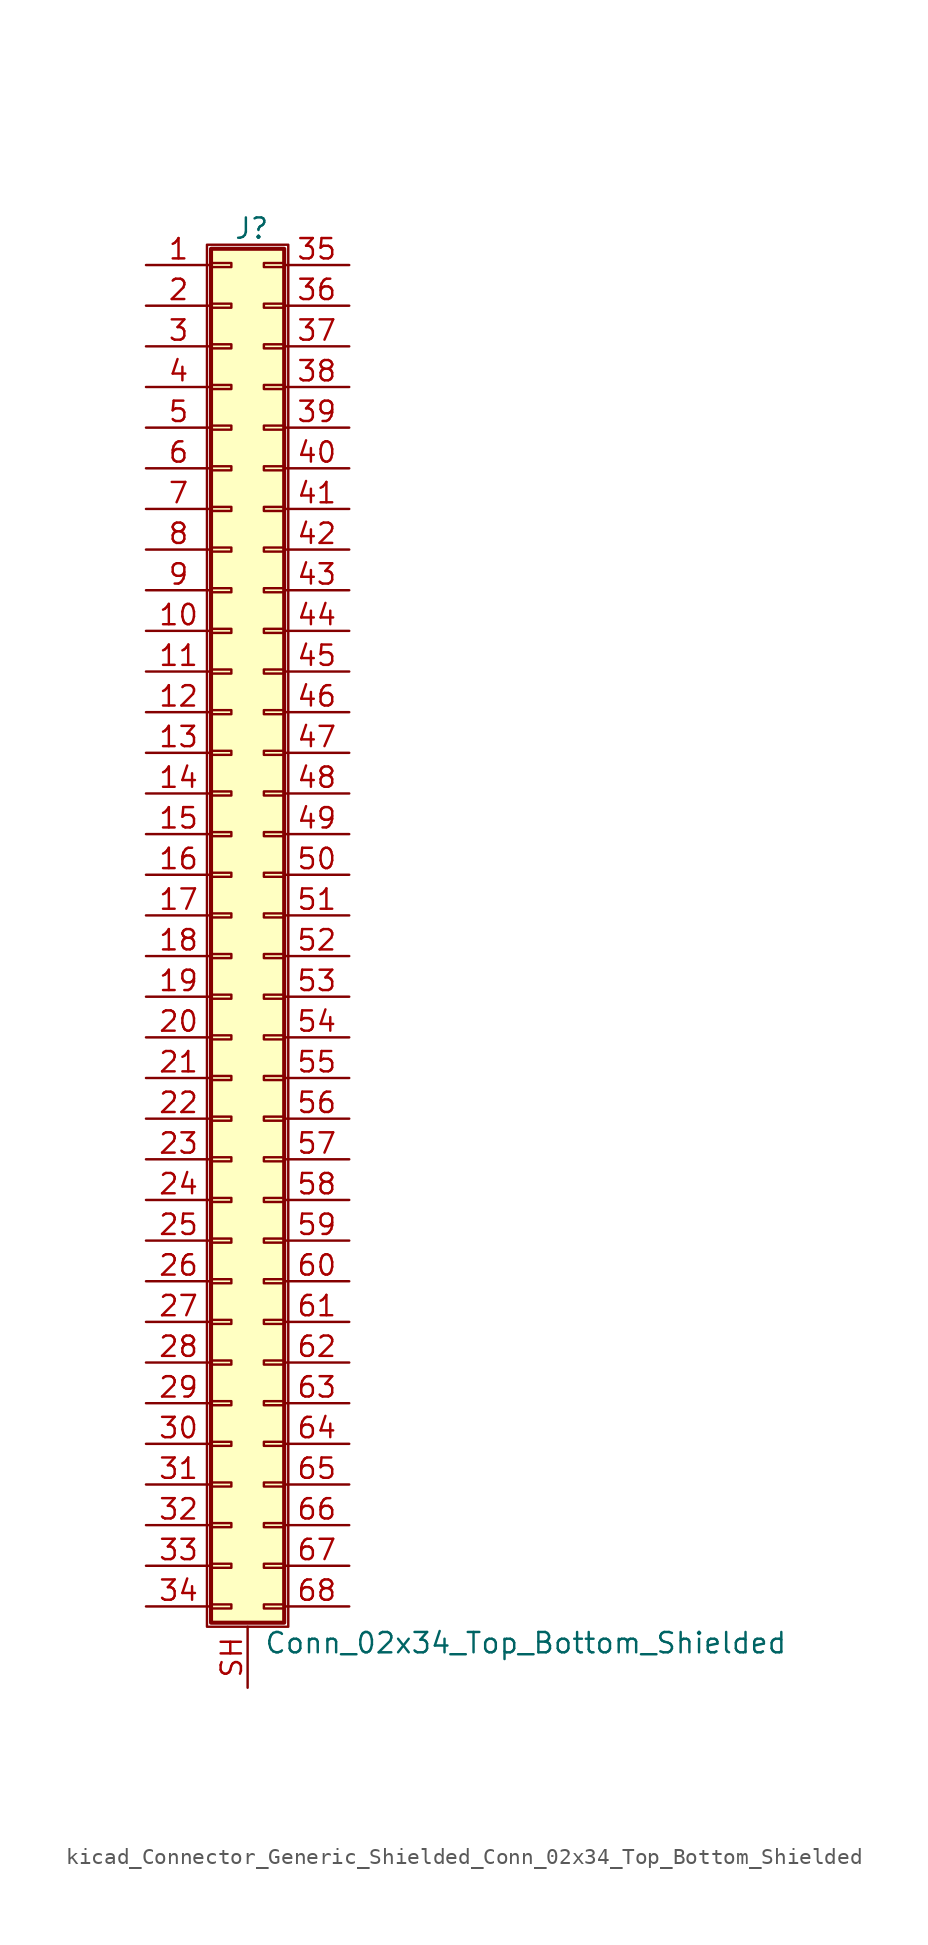
<source format=kicad_sym>
(kicad_symbol_lib
  (version 20220914)
  (generator kicad_symbol_editor)
  (symbol "kicad_Connector_Generic_Shielded_Conn_02x34_Top_Bottom_Shielded"
    (pin_names
      (offset 1.016) hide)
    (property "Reference" "J"
      (at 1.524 42.926 0)
      (effects (font (size 1.27 1.27))))
    (property "Value" "Conn_02x34_Top_Bottom_Shielded"
      (at 2.286 -45.466 0)
      (effects (font (size 1.27 1.27)) (justify left)))
    (symbol "kicad_Connector_Generic_Shielded_Conn_02x34_Top_Bottom_Shielded_1_1"
      (rectangle (start -1.27 41.91) (end 3.81 -44.45) (stroke (width 0.152) (type default)) (fill (type none)))
      (rectangle (start -1.016 -43.053) (end 0.254 -43.307) (stroke (width 0.152) (type default)) (fill (type none)))
      (rectangle (start -1.016 -40.513) (end 0.254 -40.767) (stroke (width 0.152) (type default)) (fill (type none)))
      (rectangle (start -1.016 -37.973) (end 0.254 -38.227) (stroke (width 0.152) (type default)) (fill (type none)))
      (rectangle (start -1.016 -35.433) (end 0.254 -35.687) (stroke (width 0.152) (type default)) (fill (type none)))
      (rectangle (start -1.016 -32.893) (end 0.254 -33.147) (stroke (width 0.152) (type default)) (fill (type none)))
      (rectangle (start -1.016 -30.353) (end 0.254 -30.607) (stroke (width 0.152) (type default)) (fill (type none)))
      (rectangle (start -1.016 -27.813) (end 0.254 -28.067) (stroke (width 0.152) (type default)) (fill (type none)))
      (rectangle (start -1.016 -25.273) (end 0.254 -25.527) (stroke (width 0.152) (type default)) (fill (type none)))
      (rectangle (start -1.016 -22.733) (end 0.254 -22.987) (stroke (width 0.152) (type default)) (fill (type none)))
      (rectangle (start -1.016 -20.193) (end 0.254 -20.447) (stroke (width 0.152) (type default)) (fill (type none)))
      (rectangle (start -1.016 -17.653) (end 0.254 -17.907) (stroke (width 0.152) (type default)) (fill (type none)))
      (rectangle (start -1.016 -15.113) (end 0.254 -15.367) (stroke (width 0.152) (type default)) (fill (type none)))
      (rectangle (start -1.016 -12.573) (end 0.254 -12.827) (stroke (width 0.152) (type default)) (fill (type none)))
      (rectangle (start -1.016 -10.033) (end 0.254 -10.287) (stroke (width 0.152) (type default)) (fill (type none)))
      (rectangle (start -1.016 -7.493) (end 0.254 -7.747) (stroke (width 0.152) (type default)) (fill (type none)))
      (rectangle (start -1.016 -4.953) (end 0.254 -5.207) (stroke (width 0.152) (type default)) (fill (type none)))
      (rectangle (start -1.016 -2.413) (end 0.254 -2.667) (stroke (width 0.152) (type default)) (fill (type none)))
      (rectangle (start -1.016 0.127) (end 0.254 -0.127) (stroke (width 0.152) (type default)) (fill (type none)))
      (rectangle (start -1.016 2.667) (end 0.254 2.413) (stroke (width 0.152) (type default)) (fill (type none)))
      (rectangle (start -1.016 5.207) (end 0.254 4.953) (stroke (width 0.152) (type default)) (fill (type none)))
      (rectangle (start -1.016 7.747) (end 0.254 7.493) (stroke (width 0.152) (type default)) (fill (type none)))
      (rectangle (start -1.016 10.287) (end 0.254 10.033) (stroke (width 0.152) (type default)) (fill (type none)))
      (rectangle (start -1.016 12.827) (end 0.254 12.573) (stroke (width 0.152) (type default)) (fill (type none)))
      (rectangle (start -1.016 15.367) (end 0.254 15.113) (stroke (width 0.152) (type default)) (fill (type none)))
      (rectangle (start -1.016 17.907) (end 0.254 17.653) (stroke (width 0.152) (type default)) (fill (type none)))
      (rectangle (start -1.016 20.447) (end 0.254 20.193) (stroke (width 0.152) (type default)) (fill (type none)))
      (rectangle (start -1.016 22.987) (end 0.254 22.733) (stroke (width 0.152) (type default)) (fill (type none)))
      (rectangle (start -1.016 25.527) (end 0.254 25.273) (stroke (width 0.152) (type default)) (fill (type none)))
      (rectangle (start -1.016 28.067) (end 0.254 27.813) (stroke (width 0.152) (type default)) (fill (type none)))
      (rectangle (start -1.016 30.607) (end 0.254 30.353) (stroke (width 0.152) (type default)) (fill (type none)))
      (rectangle (start -1.016 33.147) (end 0.254 32.893) (stroke (width 0.152) (type default)) (fill (type none)))
      (rectangle (start -1.016 35.687) (end 0.254 35.433) (stroke (width 0.152) (type default)) (fill (type none)))
      (rectangle (start -1.016 38.227) (end 0.254 37.973) (stroke (width 0.152) (type default)) (fill (type none)))
      (rectangle (start -1.016 40.767) (end 0.254 40.513) (stroke (width 0.152) (type default)) (fill (type none)))
      (rectangle (start -1.016 41.656) (end 3.556 -44.196) (stroke (width 0.254) (type default)) (fill (type background)))
      (rectangle (start 3.556 -43.053) (end 2.286 -43.307) (stroke (width 0.152) (type default)) (fill (type none)))
      (rectangle (start 3.556 -40.513) (end 2.286 -40.767) (stroke (width 0.152) (type default)) (fill (type none)))
      (rectangle (start 3.556 -37.973) (end 2.286 -38.227) (stroke (width 0.152) (type default)) (fill (type none)))
      (rectangle (start 3.556 -35.433) (end 2.286 -35.687) (stroke (width 0.152) (type default)) (fill (type none)))
      (rectangle (start 3.556 -32.893) (end 2.286 -33.147) (stroke (width 0.152) (type default)) (fill (type none)))
      (rectangle (start 3.556 -30.353) (end 2.286 -30.607) (stroke (width 0.152) (type default)) (fill (type none)))
      (rectangle (start 3.556 -27.813) (end 2.286 -28.067) (stroke (width 0.152) (type default)) (fill (type none)))
      (rectangle (start 3.556 -25.273) (end 2.286 -25.527) (stroke (width 0.152) (type default)) (fill (type none)))
      (rectangle (start 3.556 -22.733) (end 2.286 -22.987) (stroke (width 0.152) (type default)) (fill (type none)))
      (rectangle (start 3.556 -20.193) (end 2.286 -20.447) (stroke (width 0.152) (type default)) (fill (type none)))
      (rectangle (start 3.556 -17.653) (end 2.286 -17.907) (stroke (width 0.152) (type default)) (fill (type none)))
      (rectangle (start 3.556 -15.113) (end 2.286 -15.367) (stroke (width 0.152) (type default)) (fill (type none)))
      (rectangle (start 3.556 -12.573) (end 2.286 -12.827) (stroke (width 0.152) (type default)) (fill (type none)))
      (rectangle (start 3.556 -10.033) (end 2.286 -10.287) (stroke (width 0.152) (type default)) (fill (type none)))
      (rectangle (start 3.556 -7.493) (end 2.286 -7.747) (stroke (width 0.152) (type default)) (fill (type none)))
      (rectangle (start 3.556 -4.953) (end 2.286 -5.207) (stroke (width 0.152) (type default)) (fill (type none)))
      (rectangle (start 3.556 -2.413) (end 2.286 -2.667) (stroke (width 0.152) (type default)) (fill (type none)))
      (rectangle (start 3.556 0.127) (end 2.286 -0.127) (stroke (width 0.152) (type default)) (fill (type none)))
      (rectangle (start 3.556 2.667) (end 2.286 2.413) (stroke (width 0.152) (type default)) (fill (type none)))
      (rectangle (start 3.556 5.207) (end 2.286 4.953) (stroke (width 0.152) (type default)) (fill (type none)))
      (rectangle (start 3.556 7.747) (end 2.286 7.493) (stroke (width 0.152) (type default)) (fill (type none)))
      (rectangle (start 3.556 10.287) (end 2.286 10.033) (stroke (width 0.152) (type default)) (fill (type none)))
      (rectangle (start 3.556 12.827) (end 2.286 12.573) (stroke (width 0.152) (type default)) (fill (type none)))
      (rectangle (start 3.556 15.367) (end 2.286 15.113) (stroke (width 0.152) (type default)) (fill (type none)))
      (rectangle (start 3.556 17.907) (end 2.286 17.653) (stroke (width 0.152) (type default)) (fill (type none)))
      (rectangle (start 3.556 20.447) (end 2.286 20.193) (stroke (width 0.152) (type default)) (fill (type none)))
      (rectangle (start 3.556 22.987) (end 2.286 22.733) (stroke (width 0.152) (type default)) (fill (type none)))
      (rectangle (start 3.556 25.527) (end 2.286 25.273) (stroke (width 0.152) (type default)) (fill (type none)))
      (rectangle (start 3.556 28.067) (end 2.286 27.813) (stroke (width 0.152) (type default)) (fill (type none)))
      (rectangle (start 3.556 30.607) (end 2.286 30.353) (stroke (width 0.152) (type default)) (fill (type none)))
      (rectangle (start 3.556 33.147) (end 2.286 32.893) (stroke (width 0.152) (type default)) (fill (type none)))
      (rectangle (start 3.556 35.687) (end 2.286 35.433) (stroke (width 0.152) (type default)) (fill (type none)))
      (rectangle (start 3.556 38.227) (end 2.286 37.973) (stroke (width 0.152) (type default)) (fill (type none)))
      (rectangle (start 3.556 40.767) (end 2.286 40.513) (stroke (width 0.152) (type default)) (fill (type none)))
      (pin passive line (at -5.08 40.64 0) (length 4.064) (name "Pin_1" (effects (font (size 1.27 1.27)))) (number "1" (effects (font (size 1.27 1.27)))))
      (pin passive line (at -5.08 17.78 0) (length 4.064) (name "Pin_10" (effects (font (size 1.27 1.27)))) (number "10" (effects (font (size 1.27 1.27)))))
      (pin passive line (at -5.08 15.24 0) (length 4.064) (name "Pin_11" (effects (font (size 1.27 1.27)))) (number "11" (effects (font (size 1.27 1.27)))))
      (pin passive line (at -5.08 12.7 0) (length 4.064) (name "Pin_12" (effects (font (size 1.27 1.27)))) (number "12" (effects (font (size 1.27 1.27)))))
      (pin passive line (at -5.08 10.16 0) (length 4.064) (name "Pin_13" (effects (font (size 1.27 1.27)))) (number "13" (effects (font (size 1.27 1.27)))))
      (pin passive line (at -5.08 7.62 0) (length 4.064) (name "Pin_14" (effects (font (size 1.27 1.27)))) (number "14" (effects (font (size 1.27 1.27)))))
      (pin passive line (at -5.08 5.08 0) (length 4.064) (name "Pin_15" (effects (font (size 1.27 1.27)))) (number "15" (effects (font (size 1.27 1.27)))))
      (pin passive line (at -5.08 2.54 0) (length 4.064) (name "Pin_16" (effects (font (size 1.27 1.27)))) (number "16" (effects (font (size 1.27 1.27)))))
      (pin passive line (at -5.08 0 0) (length 4.064) (name "Pin_17" (effects (font (size 1.27 1.27)))) (number "17" (effects (font (size 1.27 1.27)))))
      (pin passive line (at -5.08 -2.54 0) (length 4.064) (name "Pin_18" (effects (font (size 1.27 1.27)))) (number "18" (effects (font (size 1.27 1.27)))))
      (pin passive line (at -5.08 -5.08 0) (length 4.064) (name "Pin_19" (effects (font (size 1.27 1.27)))) (number "19" (effects (font (size 1.27 1.27)))))
      (pin passive line (at -5.08 38.1 0) (length 4.064) (name "Pin_2" (effects (font (size 1.27 1.27)))) (number "2" (effects (font (size 1.27 1.27)))))
      (pin passive line (at -5.08 -7.62 0) (length 4.064) (name "Pin_20" (effects (font (size 1.27 1.27)))) (number "20" (effects (font (size 1.27 1.27)))))
      (pin passive line (at -5.08 -10.16 0) (length 4.064) (name "Pin_21" (effects (font (size 1.27 1.27)))) (number "21" (effects (font (size 1.27 1.27)))))
      (pin passive line (at -5.08 -12.7 0) (length 4.064) (name "Pin_22" (effects (font (size 1.27 1.27)))) (number "22" (effects (font (size 1.27 1.27)))))
      (pin passive line (at -5.08 -15.24 0) (length 4.064) (name "Pin_23" (effects (font (size 1.27 1.27)))) (number "23" (effects (font (size 1.27 1.27)))))
      (pin passive line (at -5.08 -17.78 0) (length 4.064) (name "Pin_24" (effects (font (size 1.27 1.27)))) (number "24" (effects (font (size 1.27 1.27)))))
      (pin passive line (at -5.08 -20.32 0) (length 4.064) (name "Pin_25" (effects (font (size 1.27 1.27)))) (number "25" (effects (font (size 1.27 1.27)))))
      (pin passive line (at -5.08 -22.86 0) (length 4.064) (name "Pin_26" (effects (font (size 1.27 1.27)))) (number "26" (effects (font (size 1.27 1.27)))))
      (pin passive line (at -5.08 -25.4 0) (length 4.064) (name "Pin_27" (effects (font (size 1.27 1.27)))) (number "27" (effects (font (size 1.27 1.27)))))
      (pin passive line (at -5.08 -27.94 0) (length 4.064) (name "Pin_28" (effects (font (size 1.27 1.27)))) (number "28" (effects (font (size 1.27 1.27)))))
      (pin passive line (at -5.08 -30.48 0) (length 4.064) (name "Pin_29" (effects (font (size 1.27 1.27)))) (number "29" (effects (font (size 1.27 1.27)))))
      (pin passive line (at -5.08 35.56 0) (length 4.064) (name "Pin_3" (effects (font (size 1.27 1.27)))) (number "3" (effects (font (size 1.27 1.27)))))
      (pin passive line (at -5.08 -33.02 0) (length 4.064) (name "Pin_30" (effects (font (size 1.27 1.27)))) (number "30" (effects (font (size 1.27 1.27)))))
      (pin passive line (at -5.08 -35.56 0) (length 4.064) (name "Pin_31" (effects (font (size 1.27 1.27)))) (number "31" (effects (font (size 1.27 1.27)))))
      (pin passive line (at -5.08 -38.1 0) (length 4.064) (name "Pin_32" (effects (font (size 1.27 1.27)))) (number "32" (effects (font (size 1.27 1.27)))))
      (pin passive line (at -5.08 -40.64 0) (length 4.064) (name "Pin_33" (effects (font (size 1.27 1.27)))) (number "33" (effects (font (size 1.27 1.27)))))
      (pin passive line (at -5.08 -43.18 0) (length 4.064) (name "Pin_34" (effects (font (size 1.27 1.27)))) (number "34" (effects (font (size 1.27 1.27)))))
      (pin passive line (at 7.62 40.64 180) (length 4.064) (name "Pin_35" (effects (font (size 1.27 1.27)))) (number "35" (effects (font (size 1.27 1.27)))))
      (pin passive line (at 7.62 38.1 180) (length 4.064) (name "Pin_36" (effects (font (size 1.27 1.27)))) (number "36" (effects (font (size 1.27 1.27)))))
      (pin passive line (at 7.62 35.56 180) (length 4.064) (name "Pin_37" (effects (font (size 1.27 1.27)))) (number "37" (effects (font (size 1.27 1.27)))))
      (pin passive line (at 7.62 33.02 180) (length 4.064) (name "Pin_38" (effects (font (size 1.27 1.27)))) (number "38" (effects (font (size 1.27 1.27)))))
      (pin passive line (at 7.62 30.48 180) (length 4.064) (name "Pin_39" (effects (font (size 1.27 1.27)))) (number "39" (effects (font (size 1.27 1.27)))))
      (pin passive line (at -5.08 33.02 0) (length 4.064) (name "Pin_4" (effects (font (size 1.27 1.27)))) (number "4" (effects (font (size 1.27 1.27)))))
      (pin passive line (at 7.62 27.94 180) (length 4.064) (name "Pin_40" (effects (font (size 1.27 1.27)))) (number "40" (effects (font (size 1.27 1.27)))))
      (pin passive line (at 7.62 25.4 180) (length 4.064) (name "Pin_41" (effects (font (size 1.27 1.27)))) (number "41" (effects (font (size 1.27 1.27)))))
      (pin passive line (at 7.62 22.86 180) (length 4.064) (name "Pin_42" (effects (font (size 1.27 1.27)))) (number "42" (effects (font (size 1.27 1.27)))))
      (pin passive line (at 7.62 20.32 180) (length 4.064) (name "Pin_43" (effects (font (size 1.27 1.27)))) (number "43" (effects (font (size 1.27 1.27)))))
      (pin passive line (at 7.62 17.78 180) (length 4.064) (name "Pin_44" (effects (font (size 1.27 1.27)))) (number "44" (effects (font (size 1.27 1.27)))))
      (pin passive line (at 7.62 15.24 180) (length 4.064) (name "Pin_45" (effects (font (size 1.27 1.27)))) (number "45" (effects (font (size 1.27 1.27)))))
      (pin passive line (at 7.62 12.7 180) (length 4.064) (name "Pin_46" (effects (font (size 1.27 1.27)))) (number "46" (effects (font (size 1.27 1.27)))))
      (pin passive line (at 7.62 10.16 180) (length 4.064) (name "Pin_47" (effects (font (size 1.27 1.27)))) (number "47" (effects (font (size 1.27 1.27)))))
      (pin passive line (at 7.62 7.62 180) (length 4.064) (name "Pin_48" (effects (font (size 1.27 1.27)))) (number "48" (effects (font (size 1.27 1.27)))))
      (pin passive line (at 7.62 5.08 180) (length 4.064) (name "Pin_49" (effects (font (size 1.27 1.27)))) (number "49" (effects (font (size 1.27 1.27)))))
      (pin passive line (at -5.08 30.48 0) (length 4.064) (name "Pin_5" (effects (font (size 1.27 1.27)))) (number "5" (effects (font (size 1.27 1.27)))))
      (pin passive line (at 7.62 2.54 180) (length 4.064) (name "Pin_50" (effects (font (size 1.27 1.27)))) (number "50" (effects (font (size 1.27 1.27)))))
      (pin passive line (at 7.62 0 180) (length 4.064) (name "Pin_51" (effects (font (size 1.27 1.27)))) (number "51" (effects (font (size 1.27 1.27)))))
      (pin passive line (at 7.62 -2.54 180) (length 4.064) (name "Pin_52" (effects (font (size 1.27 1.27)))) (number "52" (effects (font (size 1.27 1.27)))))
      (pin passive line (at 7.62 -5.08 180) (length 4.064) (name "Pin_53" (effects (font (size 1.27 1.27)))) (number "53" (effects (font (size 1.27 1.27)))))
      (pin passive line (at 7.62 -7.62 180) (length 4.064) (name "Pin_54" (effects (font (size 1.27 1.27)))) (number "54" (effects (font (size 1.27 1.27)))))
      (pin passive line (at 7.62 -10.16 180) (length 4.064) (name "Pin_55" (effects (font (size 1.27 1.27)))) (number "55" (effects (font (size 1.27 1.27)))))
      (pin passive line (at 7.62 -12.7 180) (length 4.064) (name "Pin_56" (effects (font (size 1.27 1.27)))) (number "56" (effects (font (size 1.27 1.27)))))
      (pin passive line (at 7.62 -15.24 180) (length 4.064) (name "Pin_57" (effects (font (size 1.27 1.27)))) (number "57" (effects (font (size 1.27 1.27)))))
      (pin passive line (at 7.62 -17.78 180) (length 4.064) (name "Pin_58" (effects (font (size 1.27 1.27)))) (number "58" (effects (font (size 1.27 1.27)))))
      (pin passive line (at 7.62 -20.32 180) (length 4.064) (name "Pin_59" (effects (font (size 1.27 1.27)))) (number "59" (effects (font (size 1.27 1.27)))))
      (pin passive line (at -5.08 27.94 0) (length 4.064) (name "Pin_6" (effects (font (size 1.27 1.27)))) (number "6" (effects (font (size 1.27 1.27)))))
      (pin passive line (at 7.62 -22.86 180) (length 4.064) (name "Pin_60" (effects (font (size 1.27 1.27)))) (number "60" (effects (font (size 1.27 1.27)))))
      (pin passive line (at 7.62 -25.4 180) (length 4.064) (name "Pin_61" (effects (font (size 1.27 1.27)))) (number "61" (effects (font (size 1.27 1.27)))))
      (pin passive line (at 7.62 -27.94 180) (length 4.064) (name "Pin_62" (effects (font (size 1.27 1.27)))) (number "62" (effects (font (size 1.27 1.27)))))
      (pin passive line (at 7.62 -30.48 180) (length 4.064) (name "Pin_63" (effects (font (size 1.27 1.27)))) (number "63" (effects (font (size 1.27 1.27)))))
      (pin passive line (at 7.62 -33.02 180) (length 4.064) (name "Pin_64" (effects (font (size 1.27 1.27)))) (number "64" (effects (font (size 1.27 1.27)))))
      (pin passive line (at 7.62 -35.56 180) (length 4.064) (name "Pin_65" (effects (font (size 1.27 1.27)))) (number "65" (effects (font (size 1.27 1.27)))))
      (pin passive line (at 7.62 -38.1 180) (length 4.064) (name "Pin_66" (effects (font (size 1.27 1.27)))) (number "66" (effects (font (size 1.27 1.27)))))
      (pin passive line (at 7.62 -40.64 180) (length 4.064) (name "Pin_67" (effects (font (size 1.27 1.27)))) (number "67" (effects (font (size 1.27 1.27)))))
      (pin passive line (at 7.62 -43.18 180) (length 4.064) (name "Pin_68" (effects (font (size 1.27 1.27)))) (number "68" (effects (font (size 1.27 1.27)))))
      (pin passive line (at -5.08 25.4 0) (length 4.064) (name "Pin_7" (effects (font (size 1.27 1.27)))) (number "7" (effects (font (size 1.27 1.27)))))
      (pin passive line (at -5.08 22.86 0) (length 4.064) (name "Pin_8" (effects (font (size 1.27 1.27)))) (number "8" (effects (font (size 1.27 1.27)))))
      (pin passive line (at -5.08 20.32 0) (length 4.064) (name "Pin_9" (effects (font (size 1.27 1.27)))) (number "9" (effects (font (size 1.27 1.27)))))
      (pin passive line (at 1.27 -48.26 90) (length 3.81) (name "Shield" (effects (font (size 1.27 1.27)))) (number "SH" (effects (font (size 1.27 1.27))))))))
</source>
